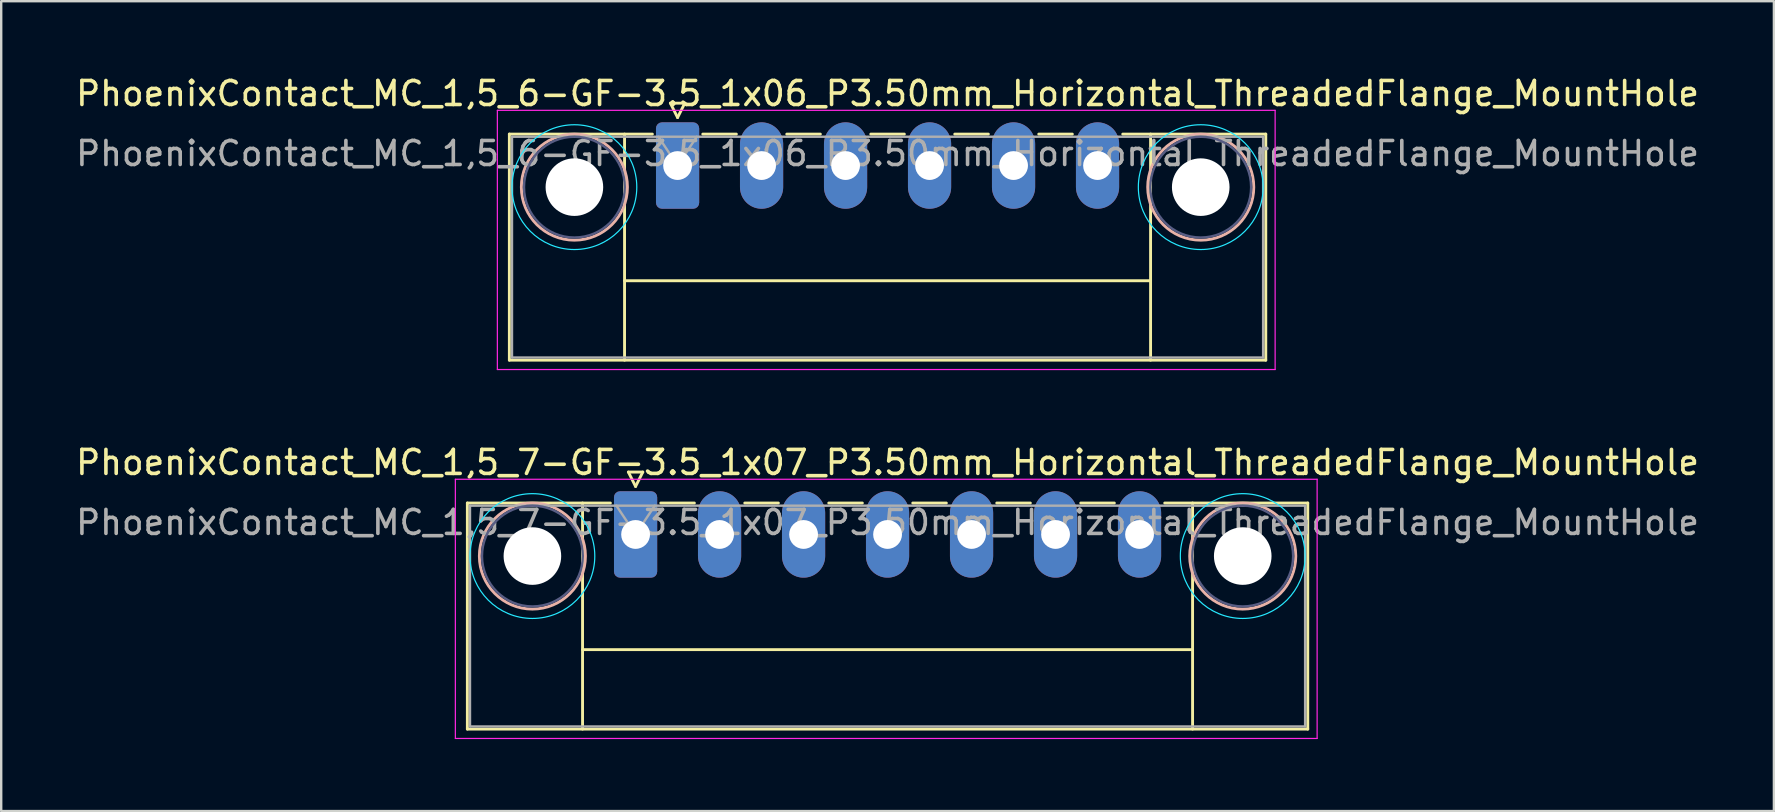
<source format=kicad_pcb>
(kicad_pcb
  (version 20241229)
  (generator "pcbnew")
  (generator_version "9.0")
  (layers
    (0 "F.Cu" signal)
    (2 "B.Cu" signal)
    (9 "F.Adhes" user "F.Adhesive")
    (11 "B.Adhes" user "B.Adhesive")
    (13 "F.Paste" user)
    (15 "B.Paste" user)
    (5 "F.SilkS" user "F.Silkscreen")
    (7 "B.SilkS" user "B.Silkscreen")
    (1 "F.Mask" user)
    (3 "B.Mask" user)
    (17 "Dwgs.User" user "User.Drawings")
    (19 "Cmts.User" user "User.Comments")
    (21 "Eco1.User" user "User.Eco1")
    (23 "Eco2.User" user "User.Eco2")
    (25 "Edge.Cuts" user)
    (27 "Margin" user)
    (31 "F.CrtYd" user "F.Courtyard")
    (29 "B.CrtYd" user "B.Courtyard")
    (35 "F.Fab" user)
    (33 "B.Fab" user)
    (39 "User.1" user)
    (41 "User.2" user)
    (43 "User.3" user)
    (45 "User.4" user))
  (footprint "PhoenixContact_MC_1,5_6-GF-3.5_1x06_P3.50mm_Horizontal_ThreadedFlange_MountHole"
    (layer "F.Cu")
    (at 25.185 3.848)
    (property "Reference" "PhoenixContact_MC_1,5_6-GF-3.5_1x06_P3.50mm_Horizontal_ThreadedFlange_MountHole" (at 8.75 -3 0) (layer "F.SilkS") (effects (font (size 1 1) (thickness 0.15))))
    (attr through_hole)
    (fp_line (start -7.01 -1.31) (end -7.01 8.11) (stroke (width 0.12) (type solid)) (layer "F.SilkS"))
    (fp_line (start -7.01 -1.31) (end -1.05 -1.31) (stroke (width 0.12) (type solid)) (layer "F.SilkS"))
    (fp_line (start -7.01 8.11) (end 24.51 8.11) (stroke (width 0.12) (type solid)) (layer "F.SilkS"))
    (fp_line (start -2.21 -1.31) (end -2.21 8.11) (stroke (width 0.12) (type solid)) (layer "F.SilkS"))
    (fp_line (start -2.21 4.8) (end 19.71 4.8) (stroke (width 0.12) (type solid)) (layer "F.SilkS"))
    (fp_line (start -0.3 -2.6) (end 0.3 -2.6) (stroke (width 0.12) (type solid)) (layer "F.SilkS"))
    (fp_line (start 0 -2) (end -0.3 -2.6) (stroke (width 0.12) (type solid)) (layer "F.SilkS"))
    (fp_line (start 0.3 -2.6) (end 0 -2) (stroke (width 0.12) (type solid)) (layer "F.SilkS"))
    (fp_line (start 1.05 -1.31) (end 2.45 -1.31) (stroke (width 0.12) (type solid)) (layer "F.SilkS"))
    (fp_line (start 4.55 -1.31) (end 5.95 -1.31) (stroke (width 0.12) (type solid)) (layer "F.SilkS"))
    (fp_line (start 8.05 -1.31) (end 9.45 -1.31) (stroke (width 0.12) (type solid)) (layer "F.SilkS"))
    (fp_line (start 11.55 -1.31) (end 12.95 -1.31) (stroke (width 0.12) (type solid)) (layer "F.SilkS"))
    (fp_line (start 15.05 -1.31) (end 16.45 -1.31) (stroke (width 0.12) (type solid)) (layer "F.SilkS"))
    (fp_line (start 19.71 -1.31) (end 19.71 8.11) (stroke (width 0.12) (type solid)) (layer "F.SilkS"))
    (fp_line (start 24.51 -1.31) (end 18.55 -1.31) (stroke (width 0.12) (type solid)) (layer "F.SilkS"))
    (fp_line (start 24.51 8.11) (end 24.51 -1.31) (stroke (width 0.12) (type solid)) (layer "F.SilkS"))
    (fp_circle (center -4.3 0.9) (end -2.09 0.9) (stroke (width 0.12) (type solid)) (fill no) (layer "B.SilkS"))
    (fp_circle (center 21.8 0.9) (end 24.01 0.9) (stroke (width 0.12) (type solid)) (fill no) (layer "B.SilkS"))
    (fp_circle (center -4.3 0.9) (end -1.7 0.9) (stroke (width 0.05) (type solid)) (fill no) (layer "B.CrtYd"))
    (fp_circle (center 21.8 0.9) (end 24.4 0.9) (stroke (width 0.05) (type solid)) (fill no) (layer "B.CrtYd"))
    (fp_line (start -7.51 -2.3) (end -7.51 8.5) (stroke (width 0.05) (type solid)) (layer "F.CrtYd"))
    (fp_line (start -7.51 8.5) (end 24.9 8.5) (stroke (width 0.05) (type solid)) (layer "F.CrtYd"))
    (fp_line (start 24.9 -2.3) (end -7.51 -2.3) (stroke (width 0.05) (type solid)) (layer "F.CrtYd"))
    (fp_line (start 24.9 8.5) (end 24.9 -2.3) (stroke (width 0.05) (type solid)) (layer "F.CrtYd"))
    (fp_circle (center -4.3 0.9) (end -2.2 0.9) (stroke (width 0.1) (type solid)) (fill no) (layer "B.Fab"))
    (fp_circle (center 21.8 0.9) (end 23.9 0.9) (stroke (width 0.1) (type solid)) (fill no) (layer "B.Fab"))
    (fp_line (start -6.9 -1.2) (end -6.9 8) (stroke (width 0.1) (type solid)) (layer "F.Fab"))
    (fp_line (start -6.9 8) (end 24.4 8) (stroke (width 0.1) (type solid)) (layer "F.Fab"))
    (fp_line (start 0 0) (end -0.8 -1.2) (stroke (width 0.1) (type solid)) (layer "F.Fab"))
    (fp_line (start 0.8 -1.2) (end 0 0) (stroke (width 0.1) (type solid)) (layer "F.Fab"))
    (fp_line (start 24.4 -1.2) (end -6.9 -1.2) (stroke (width 0.1) (type solid)) (layer "F.Fab"))
    (fp_line (start 24.4 8) (end 24.4 -1.2) (stroke (width 0.1) (type solid)) (layer "F.Fab"))
    (fp_text user "${REFERENCE}" (at 8.75 -0.5 0) (layer "F.Fab") (effects (font (size 1 1) (thickness 0.15))))
    (pad "" np_thru_hole circle (at -4.3 0.9) (size 2.4 2.4) (drill 2.4) (layers "*.Cu" "*.Mask"))
    (pad "" np_thru_hole circle (at 21.8 0.9) (size 2.4 2.4) (drill 2.4) (layers "*.Cu" "*.Mask"))
    (pad "1" thru_hole roundrect (at 0 0) (size 1.8 3.6) (drill 1.2) (layers "*.Cu" "*.Mask") (roundrect_rratio 0.139))
    (pad "2" thru_hole oval (at 3.5 0) (size 1.8 3.6) (drill 1.2) (layers "*.Cu" "*.Mask"))
    (pad "3" thru_hole oval (at 7 0) (size 1.8 3.6) (drill 1.2) (layers "*.Cu" "*.Mask"))
    (pad "4" thru_hole oval (at 10.5 0) (size 1.8 3.6) (drill 1.2) (layers "*.Cu" "*.Mask"))
    (pad "5" thru_hole oval (at 14 0) (size 1.8 3.6) (drill 1.2) (layers "*.Cu" "*.Mask"))
    (pad "6" thru_hole oval (at 17.5 0) (size 1.8 3.6) (drill 1.2) (layers "*.Cu" "*.Mask")))
  (footprint "PhoenixContact_MC_1,5_7-GF-3.5_1x07_P3.50mm_Horizontal_ThreadedFlange_MountHole"
    (layer "F.Cu")
    (at 23.435 19.221)
    (property "Reference" "PhoenixContact_MC_1,5_7-GF-3.5_1x07_P3.50mm_Horizontal_ThreadedFlange_MountHole" (at 10.5 -3 0) (layer "F.SilkS") (effects (font (size 1 1) (thickness 0.15))))
    (attr through_hole)
    (fp_line (start -7.01 -1.31) (end -7.01 8.11) (stroke (width 0.12) (type solid)) (layer "F.SilkS"))
    (fp_line (start -7.01 -1.31) (end -1.05 -1.31) (stroke (width 0.12) (type solid)) (layer "F.SilkS"))
    (fp_line (start -7.01 8.11) (end 28.01 8.11) (stroke (width 0.12) (type solid)) (layer "F.SilkS"))
    (fp_line (start -2.21 -1.31) (end -2.21 8.11) (stroke (width 0.12) (type solid)) (layer "F.SilkS"))
    (fp_line (start -2.21 4.8) (end 23.21 4.8) (stroke (width 0.12) (type solid)) (layer "F.SilkS"))
    (fp_line (start -0.3 -2.6) (end 0.3 -2.6) (stroke (width 0.12) (type solid)) (layer "F.SilkS"))
    (fp_line (start 0 -2) (end -0.3 -2.6) (stroke (width 0.12) (type solid)) (layer "F.SilkS"))
    (fp_line (start 0.3 -2.6) (end 0 -2) (stroke (width 0.12) (type solid)) (layer "F.SilkS"))
    (fp_line (start 1.05 -1.31) (end 2.45 -1.31) (stroke (width 0.12) (type solid)) (layer "F.SilkS"))
    (fp_line (start 4.55 -1.31) (end 5.95 -1.31) (stroke (width 0.12) (type solid)) (layer "F.SilkS"))
    (fp_line (start 8.05 -1.31) (end 9.45 -1.31) (stroke (width 0.12) (type solid)) (layer "F.SilkS"))
    (fp_line (start 11.55 -1.31) (end 12.95 -1.31) (stroke (width 0.12) (type solid)) (layer "F.SilkS"))
    (fp_line (start 15.05 -1.31) (end 16.45 -1.31) (stroke (width 0.12) (type solid)) (layer "F.SilkS"))
    (fp_line (start 18.55 -1.31) (end 19.95 -1.31) (stroke (width 0.12) (type solid)) (layer "F.SilkS"))
    (fp_line (start 23.21 -1.31) (end 23.21 8.11) (stroke (width 0.12) (type solid)) (layer "F.SilkS"))
    (fp_line (start 28.01 -1.31) (end 22.05 -1.31) (stroke (width 0.12) (type solid)) (layer "F.SilkS"))
    (fp_line (start 28.01 8.11) (end 28.01 -1.31) (stroke (width 0.12) (type solid)) (layer "F.SilkS"))
    (fp_circle (center -4.3 0.9) (end -2.09 0.9) (stroke (width 0.12) (type solid)) (fill no) (layer "B.SilkS"))
    (fp_circle (center 25.3 0.9) (end 27.51 0.9) (stroke (width 0.12) (type solid)) (fill no) (layer "B.SilkS"))
    (fp_circle (center -4.3 0.9) (end -1.7 0.9) (stroke (width 0.05) (type solid)) (fill no) (layer "B.CrtYd"))
    (fp_circle (center 25.3 0.9) (end 27.9 0.9) (stroke (width 0.05) (type solid)) (fill no) (layer "B.CrtYd"))
    (fp_line (start -7.51 -2.3) (end -7.51 8.5) (stroke (width 0.05) (type solid)) (layer "F.CrtYd"))
    (fp_line (start -7.51 8.5) (end 28.4 8.5) (stroke (width 0.05) (type solid)) (layer "F.CrtYd"))
    (fp_line (start 28.4 -2.3) (end -7.51 -2.3) (stroke (width 0.05) (type solid)) (layer "F.CrtYd"))
    (fp_line (start 28.4 8.5) (end 28.4 -2.3) (stroke (width 0.05) (type solid)) (layer "F.CrtYd"))
    (fp_circle (center -4.3 0.9) (end -2.2 0.9) (stroke (width 0.1) (type solid)) (fill no) (layer "B.Fab"))
    (fp_circle (center 25.3 0.9) (end 27.4 0.9) (stroke (width 0.1) (type solid)) (fill no) (layer "B.Fab"))
    (fp_line (start -6.9 -1.2) (end -6.9 8) (stroke (width 0.1) (type solid)) (layer "F.Fab"))
    (fp_line (start -6.9 8) (end 27.9 8) (stroke (width 0.1) (type solid)) (layer "F.Fab"))
    (fp_line (start 0 0) (end -0.8 -1.2) (stroke (width 0.1) (type solid)) (layer "F.Fab"))
    (fp_line (start 0.8 -1.2) (end 0 0) (stroke (width 0.1) (type solid)) (layer "F.Fab"))
    (fp_line (start 27.9 -1.2) (end -6.9 -1.2) (stroke (width 0.1) (type solid)) (layer "F.Fab"))
    (fp_line (start 27.9 8) (end 27.9 -1.2) (stroke (width 0.1) (type solid)) (layer "F.Fab"))
    (fp_text user "${REFERENCE}" (at 10.5 -0.5 0) (layer "F.Fab") (effects (font (size 1 1) (thickness 0.15))))
    (pad "" np_thru_hole circle (at -4.3 0.9) (size 2.4 2.4) (drill 2.4) (layers "*.Cu" "*.Mask"))
    (pad "" np_thru_hole circle (at 25.3 0.9) (size 2.4 2.4) (drill 2.4) (layers "*.Cu" "*.Mask"))
    (pad "1" thru_hole roundrect (at 0 0) (size 1.8 3.6) (drill 1.2) (layers "*.Cu" "*.Mask") (roundrect_rratio 0.139))
    (pad "2" thru_hole oval (at 3.5 0) (size 1.8 3.6) (drill 1.2) (layers "*.Cu" "*.Mask"))
    (pad "3" thru_hole oval (at 7 0) (size 1.8 3.6) (drill 1.2) (layers "*.Cu" "*.Mask"))
    (pad "4" thru_hole oval (at 10.5 0) (size 1.8 3.6) (drill 1.2) (layers "*.Cu" "*.Mask"))
    (pad "5" thru_hole oval (at 14 0) (size 1.8 3.6) (drill 1.2) (layers "*.Cu" "*.Mask"))
    (pad "6" thru_hole oval (at 17.5 0) (size 1.8 3.6) (drill 1.2) (layers "*.Cu" "*.Mask"))
    (pad "7" thru_hole oval (at 21 0) (size 1.8 3.6) (drill 1.2) (layers "*.Cu" "*.Mask")))
  (gr_rect
    (start -3 -3)
    (end 70.869 30.747)
    (stroke (width 0.1) (type default))
    (fill no)
    (layer "Edge.Cuts")))
</source>
